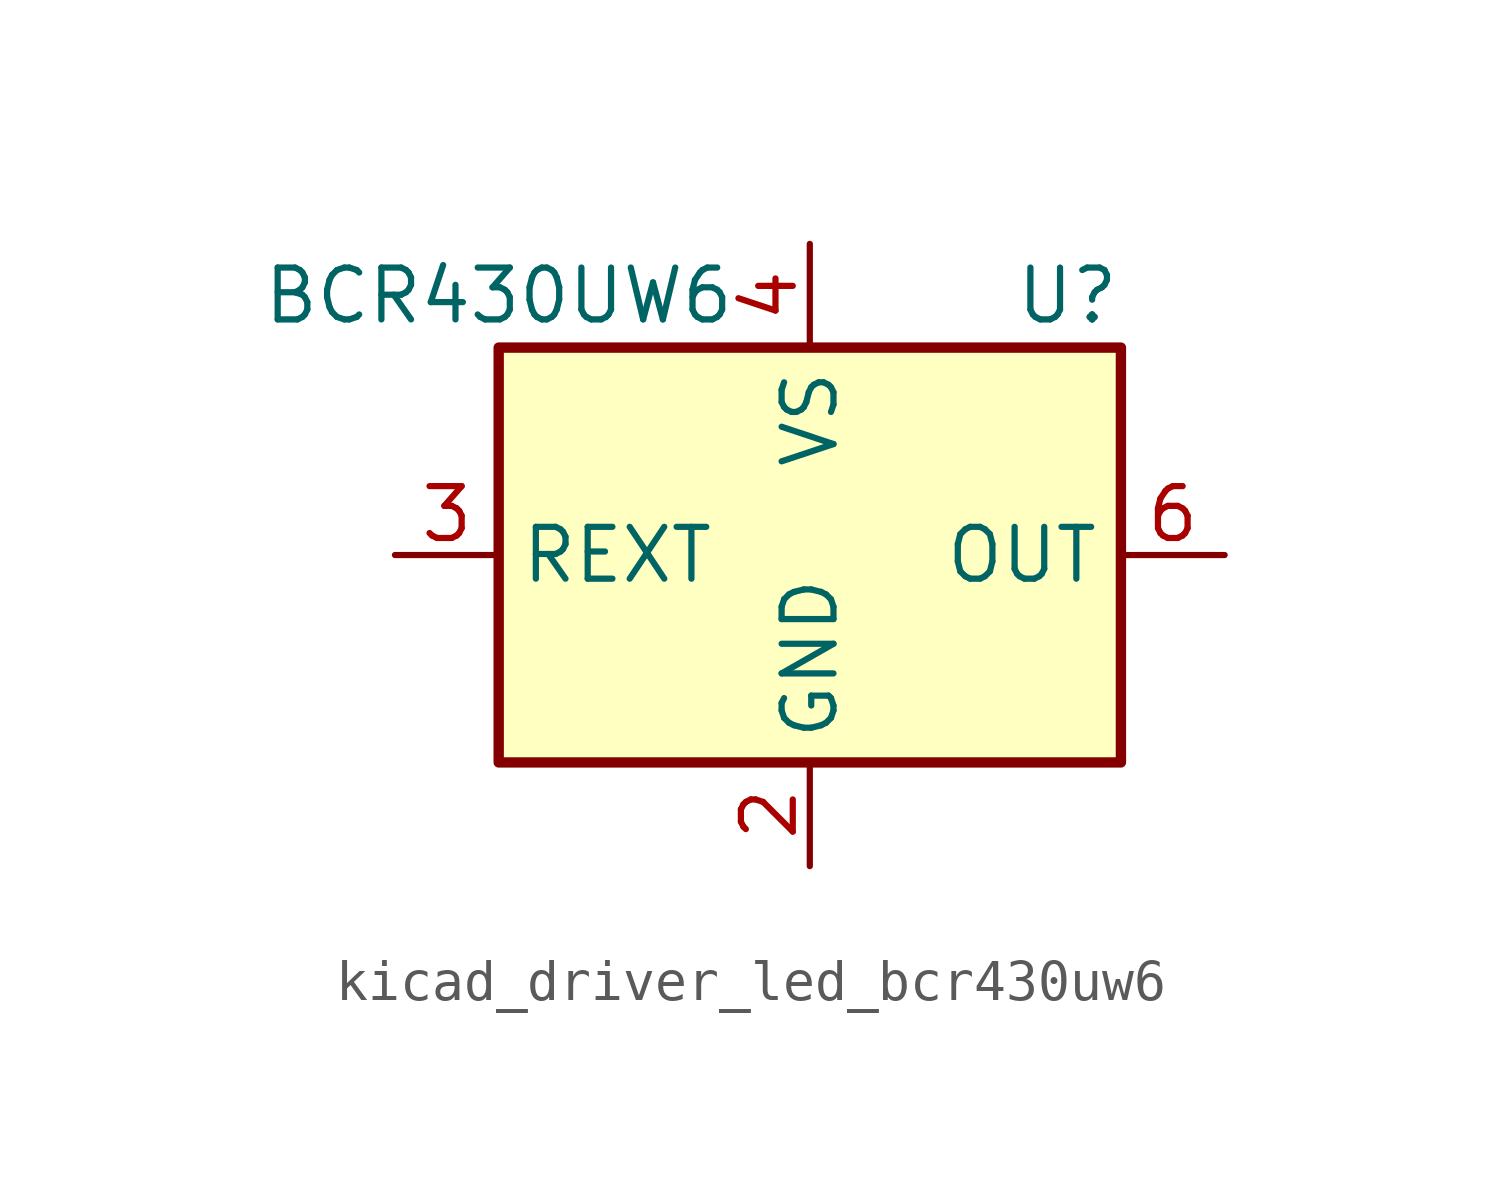
<source format=kicad_sym>
(kicad_symbol_lib
  (version 20220914)
  (generator kicad_symbol_editor)
  (symbol "kicad_driver_led_bcr430uw6"
    (property "Reference" "U"
      (at 7.62 6.35 0)
      (effects (font (size 1.27 1.27)) (justify right)))
    (property "Value" "BCR430UW6"
      (at -7.62 6.35 0)
      (effects (font (size 1.27 1.27))))
    (symbol "kicad_driver_led_bcr430uw6_0_1"
      (rectangle (start -7.62 5.08) (end 7.62 -5.08) (stroke (width 0.254) (type default)) (fill (type background))))
    (symbol "kicad_driver_led_bcr430uw6_1_1"
      (pin no_connect line (at 7.62 2.54 180) (length 2.54) hide (name "NC" (effects (font (size 1.27 1.27)))) (number "1" (effects (font (size 1.27 1.27)))))
      (pin power_in line (at 0 -7.62 90) (length 2.54) (name "GND" (effects (font (size 1.27 1.27)))) (number "2" (effects (font (size 1.27 1.27)))))
      (pin passive line (at -10.16 0 0) (length 2.54) (name "REXT" (effects (font (size 1.27 1.27)))) (number "3" (effects (font (size 1.27 1.27)))))
      (pin power_in line (at 0 7.62 270) (length 2.54) (name "VS" (effects (font (size 1.27 1.27)))) (number "4" (effects (font (size 1.27 1.27)))))
      (pin no_connect line (at 7.62 -2.54 180) (length 2.54) hide (name "NC" (effects (font (size 1.27 1.27)))) (number "5" (effects (font (size 1.27 1.27)))))
      (pin output line (at 10.16 0 180) (length 2.54) (name "OUT" (effects (font (size 1.27 1.27)))) (number "6" (effects (font (size 1.27 1.27))))))))
</source>
